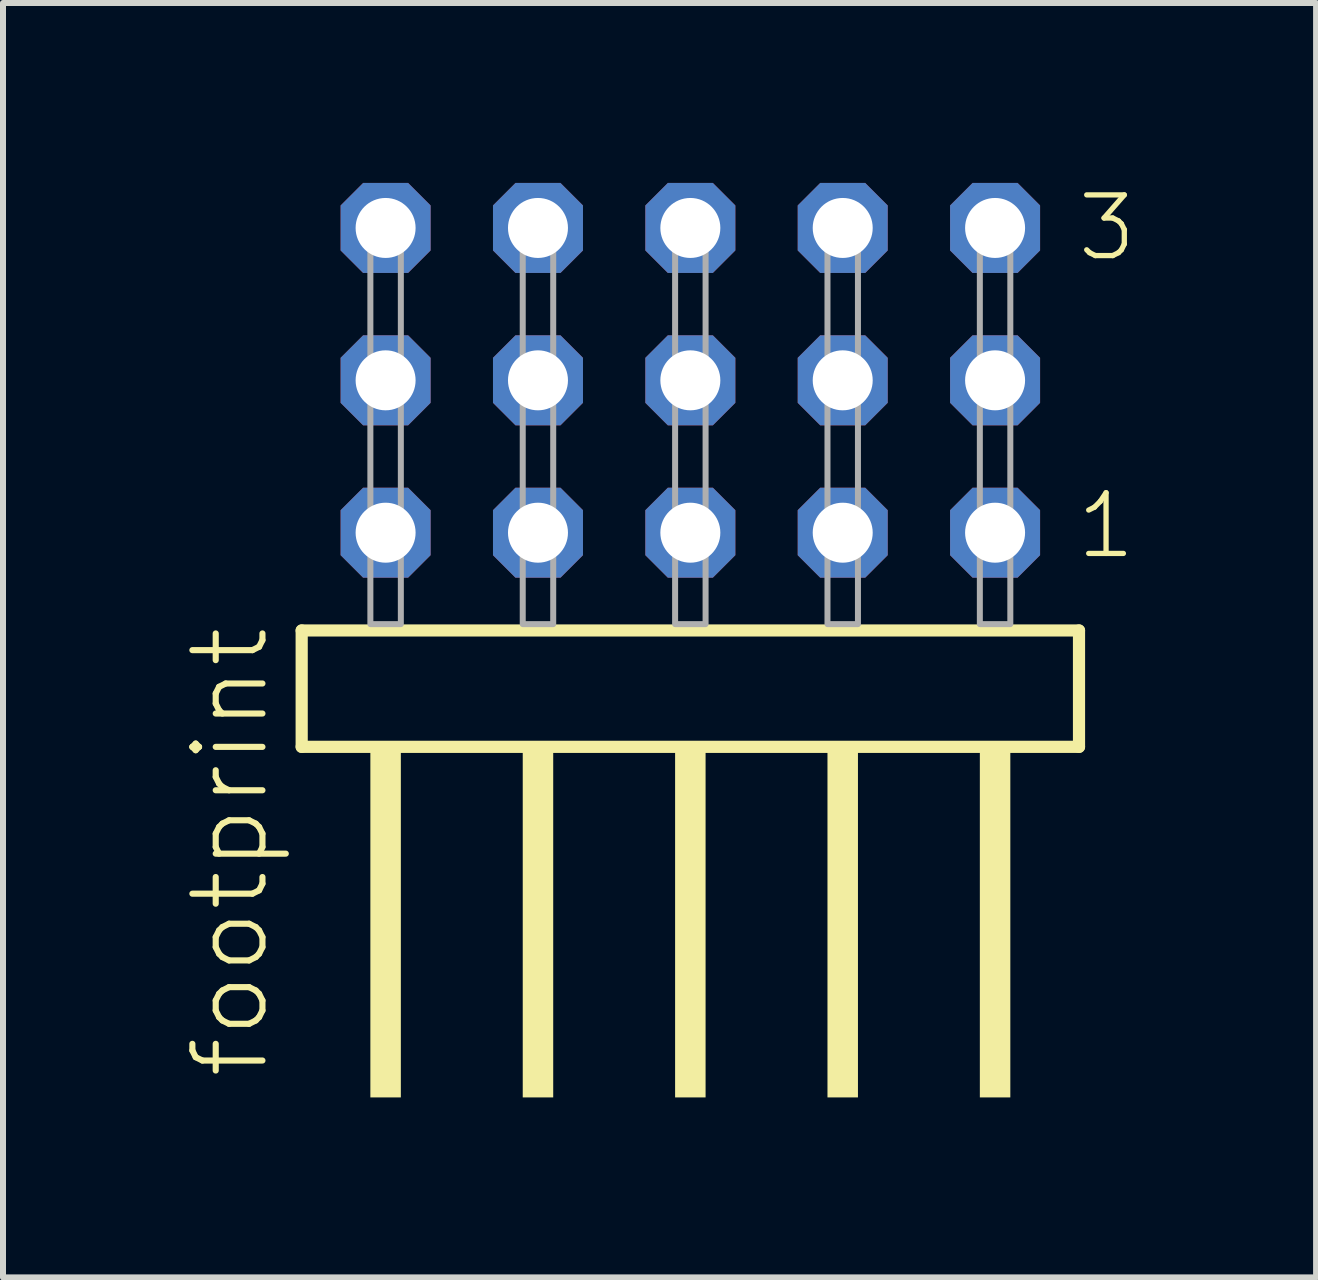
<source format=kicad_pcb>
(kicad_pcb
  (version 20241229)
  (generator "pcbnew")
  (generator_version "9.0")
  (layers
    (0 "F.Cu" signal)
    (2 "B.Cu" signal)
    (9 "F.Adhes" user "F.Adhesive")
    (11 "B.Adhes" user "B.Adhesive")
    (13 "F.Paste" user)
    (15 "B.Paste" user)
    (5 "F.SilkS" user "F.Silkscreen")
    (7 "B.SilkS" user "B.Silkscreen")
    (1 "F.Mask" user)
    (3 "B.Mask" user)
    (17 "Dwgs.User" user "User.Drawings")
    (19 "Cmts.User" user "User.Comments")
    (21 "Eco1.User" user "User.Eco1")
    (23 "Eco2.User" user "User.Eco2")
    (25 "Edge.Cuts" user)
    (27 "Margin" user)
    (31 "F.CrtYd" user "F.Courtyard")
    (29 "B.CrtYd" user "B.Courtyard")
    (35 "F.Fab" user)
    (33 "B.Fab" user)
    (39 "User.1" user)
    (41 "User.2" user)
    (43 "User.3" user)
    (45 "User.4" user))
  (footprint "footprint"
    (layer "F.Cu")
    (at 8.458 7.354)
    (property "Reference" "footprint" (at -6.985 7.62 90) (layer "F.SilkS") (effects (font (size 1.168 1.168) (thickness 0.102)) (justify left bottom)))
    (fp_line (start -6.479 0.106) (end -6.479 2.046) (stroke (width 0.203) (type solid)) (layer "F.SilkS"))
    (fp_line (start -6.479 2.046) (end 6.479 2.046) (stroke (width 0.203) (type solid)) (layer "F.SilkS"))
    (fp_line (start 6.479 0.106) (end -6.479 0.106) (stroke (width 0.203) (type solid)) (layer "F.SilkS"))
    (fp_line (start 6.479 2.046) (end 6.479 0.106) (stroke (width 0.203) (type solid)) (layer "F.SilkS"))
    (fp_poly (pts (xy -5.334 7.89) (xy -4.826 7.89) (xy -4.826 2.04) (xy -5.334 2.04)) (stroke (width 0) (type solid)) (fill yes) (layer "F.SilkS"))
    (fp_poly (pts (xy -2.794 7.89) (xy -2.286 7.89) (xy -2.286 2.04) (xy -2.794 2.04)) (stroke (width 0) (type solid)) (fill yes) (layer "F.SilkS"))
    (fp_poly (pts (xy -0.254 7.89) (xy 0.254 7.89) (xy 0.254 2.04) (xy -0.254 2.04)) (stroke (width 0) (type solid)) (fill yes) (layer "F.SilkS"))
    (fp_poly (pts (xy 2.286 7.89) (xy 2.794 7.89) (xy 2.794 2.04) (xy 2.286 2.04)) (stroke (width 0) (type solid)) (fill yes) (layer "F.SilkS"))
    (fp_poly (pts (xy 4.826 7.89) (xy 5.334 7.89) (xy 5.334 2.04) (xy 4.826 2.04)) (stroke (width 0) (type solid)) (fill yes) (layer "F.SilkS"))
    (fp_poly (pts (xy -5.334 0) (xy -4.826 0) (xy -4.826 -6.858) (xy -5.334 -6.858)) (stroke (width 0.1) (type solid)) (fill no) (layer "F.Fab"))
    (fp_poly (pts (xy -2.794 0) (xy -2.286 0) (xy -2.286 -6.858) (xy -2.794 -6.858)) (stroke (width 0.1) (type solid)) (fill no) (layer "F.Fab"))
    (fp_poly (pts (xy -0.254 0) (xy 0.254 0) (xy 0.254 -6.858) (xy -0.254 -6.858)) (stroke (width 0.1) (type solid)) (fill no) (layer "F.Fab"))
    (fp_poly (pts (xy 2.286 0) (xy 2.794 0) (xy 2.794 -6.858) (xy 2.286 -6.858)) (stroke (width 0.1) (type solid)) (fill no) (layer "F.Fab"))
    (fp_poly (pts (xy 4.826 0) (xy 5.334 0) (xy 5.334 -6.858) (xy 4.826 -6.858)) (stroke (width 0.1) (type solid)) (fill no) (layer "F.Fab"))
    (fp_text user "1" (at 6.39 -1.05 0) (layer "F.SilkS") (effects (font (size 1.012 1.012) (thickness 0.088)) (justify left bottom)))
    (fp_text user "3" (at 6.405 -6.015 0) (layer "F.SilkS") (effects (font (size 1.012 1.012) (thickness 0.088)) (justify left bottom)))
    (pad "1" thru_hole roundrect (at 5.08 -1.524 180) (size 1.5 1.5) (drill 1) (layers "*.Cu" "*.Mask") (roundrect_rratio 0.25) (chamfer_ratio 0.25) (chamfer top_left top_right bottom_left bottom_right))
    (pad "2" thru_hole roundrect (at 5.08 -4.064 180) (size 1.5 1.5) (drill 1) (layers "*.Cu" "*.Mask") (roundrect_rratio 0.25) (chamfer_ratio 0.25) (chamfer top_left top_right bottom_left bottom_right))
    (pad "3" thru_hole roundrect (at 5.08 -6.604 180) (size 1.5 1.5) (drill 1) (layers "*.Cu" "*.Mask") (roundrect_rratio 0.25) (chamfer_ratio 0.25) (chamfer top_left top_right bottom_left bottom_right))
    (pad "4" thru_hole roundrect (at 2.54 -1.524 180) (size 1.5 1.5) (drill 1) (layers "*.Cu" "*.Mask") (roundrect_rratio 0.25) (chamfer_ratio 0.25) (chamfer top_left top_right bottom_left bottom_right))
    (pad "5" thru_hole roundrect (at 2.54 -4.064 180) (size 1.5 1.5) (drill 1) (layers "*.Cu" "*.Mask") (roundrect_rratio 0.25) (chamfer_ratio 0.25) (chamfer top_left top_right bottom_left bottom_right))
    (pad "6" thru_hole roundrect (at 2.54 -6.604 180) (size 1.5 1.5) (drill 1) (layers "*.Cu" "*.Mask") (roundrect_rratio 0.25) (chamfer_ratio 0.25) (chamfer top_left top_right bottom_left bottom_right))
    (pad "7" thru_hole roundrect (at 0 -1.524 180) (size 1.5 1.5) (drill 1) (layers "*.Cu" "*.Mask") (roundrect_rratio 0.25) (chamfer_ratio 0.25) (chamfer top_left top_right bottom_left bottom_right))
    (pad "8" thru_hole roundrect (at 0 -4.064 180) (size 1.5 1.5) (drill 1) (layers "*.Cu" "*.Mask") (roundrect_rratio 0.25) (chamfer_ratio 0.25) (chamfer top_left top_right bottom_left bottom_right))
    (pad "9" thru_hole roundrect (at 0 -6.604 180) (size 1.5 1.5) (drill 1) (layers "*.Cu" "*.Mask") (roundrect_rratio 0.25) (chamfer_ratio 0.25) (chamfer top_left top_right bottom_left bottom_right))
    (pad "10" thru_hole roundrect (at -2.54 -1.524 180) (size 1.5 1.5) (drill 1) (layers "*.Cu" "*.Mask") (roundrect_rratio 0.25) (chamfer_ratio 0.25) (chamfer top_left top_right bottom_left bottom_right))
    (pad "11" thru_hole roundrect (at -2.54 -4.064 180) (size 1.5 1.5) (drill 1) (layers "*.Cu" "*.Mask") (roundrect_rratio 0.25) (chamfer_ratio 0.25) (chamfer top_left top_right bottom_left bottom_right))
    (pad "12" thru_hole roundrect (at -2.54 -6.604 180) (size 1.5 1.5) (drill 1) (layers "*.Cu" "*.Mask") (roundrect_rratio 0.25) (chamfer_ratio 0.25) (chamfer top_left top_right bottom_left bottom_right))
    (pad "13" thru_hole roundrect (at -5.08 -1.524 180) (size 1.5 1.5) (drill 1) (layers "*.Cu" "*.Mask") (roundrect_rratio 0.25) (chamfer_ratio 0.25) (chamfer top_left top_right bottom_left bottom_right))
    (pad "14" thru_hole roundrect (at -5.08 -4.064 180) (size 1.5 1.5) (drill 1) (layers "*.Cu" "*.Mask") (roundrect_rratio 0.25) (chamfer_ratio 0.25) (chamfer top_left top_right bottom_left bottom_right))
    (pad "15" thru_hole roundrect (at -5.08 -6.604 180) (size 1.5 1.5) (drill 1) (layers "*.Cu" "*.Mask") (roundrect_rratio 0.25) (chamfer_ratio 0.25) (chamfer top_left top_right bottom_left bottom_right)))
  (gr_rect
    (start -3 -3)
    (end 18.889 18.244)
    (stroke (width 0.1) (type default))
    (fill no)
    (layer "Edge.Cuts")))
</source>
